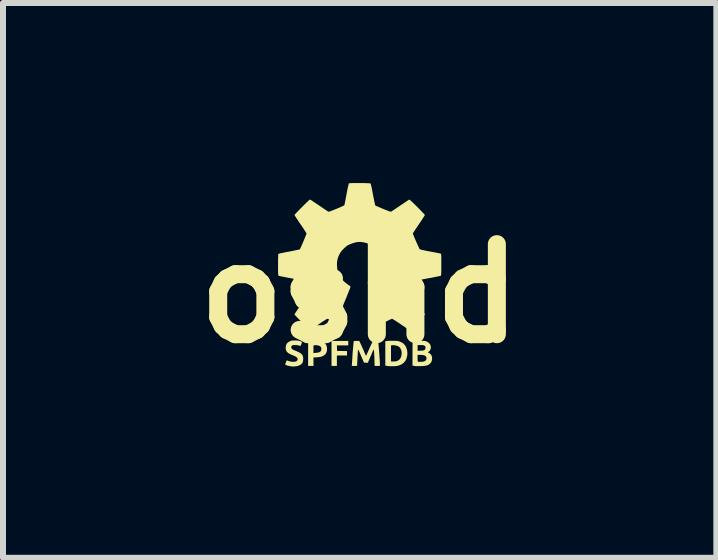
<source format=kicad_pcb>
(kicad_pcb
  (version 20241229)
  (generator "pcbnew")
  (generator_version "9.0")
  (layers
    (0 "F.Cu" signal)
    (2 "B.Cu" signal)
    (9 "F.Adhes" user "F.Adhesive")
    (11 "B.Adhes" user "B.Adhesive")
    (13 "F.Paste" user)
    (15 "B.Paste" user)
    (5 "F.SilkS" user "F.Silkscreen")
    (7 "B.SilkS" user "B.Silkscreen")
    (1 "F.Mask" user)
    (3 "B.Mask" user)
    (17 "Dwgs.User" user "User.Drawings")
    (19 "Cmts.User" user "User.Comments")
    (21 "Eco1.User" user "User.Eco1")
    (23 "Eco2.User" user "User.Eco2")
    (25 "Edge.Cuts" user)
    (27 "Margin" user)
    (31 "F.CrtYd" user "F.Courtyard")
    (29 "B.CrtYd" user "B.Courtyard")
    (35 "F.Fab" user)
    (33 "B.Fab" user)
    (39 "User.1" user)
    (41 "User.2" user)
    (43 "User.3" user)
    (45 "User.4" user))
  (footprint "oshd"
    (layer "F.Cu")
    (at 2.943 1.84)
    (property "Reference" "oshd" (at 0 0 0) (layer "F.SilkS") (effects (font (size 1.5 1.5) (thickness 0.3))))
    (attr board_only exclude_from_pos_files exclude_from_bom)
    (fp_poly (pts (xy -0.19 0.828) (xy -0.19 0.865) (xy -0.285 0.865) (xy -0.38 0.865) (xy -0.378 0.911) (xy -0.377 0.957) (xy -0.294 0.958) (xy -0.211 0.96) (xy -0.211 0.997) (xy -0.211 1.033) (xy -0.295 1.033) (xy -0.38 1.033) (xy -0.38 1.12) (xy -0.38 1.207) (xy -0.424 1.207) (xy -0.469 1.207) (xy -0.469 0.999) (xy -0.469 0.791) (xy -0.329 0.791) (xy -0.19 0.791)) (stroke (width 0) (type solid)) (fill yes) (layer "F.SilkS"))
    (fp_poly (pts (xy -0.722 0.787) (xy -0.697 0.788) (xy -0.677 0.789) (xy -0.667 0.79) (xy -0.625 0.801) (xy -0.593 0.819) (xy -0.568 0.842) (xy -0.552 0.871) (xy -0.545 0.906) (xy -0.544 0.911) (xy -0.545 0.949) (xy -0.553 0.98) (xy -0.568 1.007) (xy -0.584 1.023) (xy -0.605 1.038) (xy -0.629 1.05) (xy -0.658 1.057) (xy -0.695 1.062) (xy -0.716 1.064) (xy -0.77 1.066) (xy -0.77 1.137) (xy -0.77 1.207) (xy -0.815 1.207) (xy -0.859 1.207) (xy -0.859 1.002) (xy -0.859 0.993) (xy -0.77 0.993) (xy -0.73 0.989) (xy -0.708 0.987) (xy -0.687 0.983) (xy -0.673 0.979) (xy -0.673 0.979) (xy -0.653 0.966) (xy -0.641 0.947) (xy -0.638 0.924) (xy -0.642 0.9) (xy -0.655 0.882) (xy -0.677 0.87) (xy -0.698 0.864) (xy -0.719 0.862) (xy -0.739 0.861) (xy -0.749 0.862) (xy -0.77 0.866) (xy -0.77 0.929) (xy -0.77 0.993) (xy -0.859 0.993) (xy -0.859 0.943) (xy -0.859 0.894) (xy -0.858 0.855) (xy -0.857 0.826) (xy -0.856 0.806) (xy -0.855 0.795) (xy -0.854 0.793) (xy -0.845 0.791) (xy -0.828 0.789) (xy -0.805 0.788) (xy -0.778 0.787) (xy -0.75 0.787)) (stroke (width 0) (type solid)) (fill yes) (layer "F.SilkS"))
    (fp_poly (pts (xy 0.577 0.788) (xy 0.602 0.789) (xy 0.621 0.79) (xy 0.637 0.792) (xy 0.651 0.796) (xy 0.664 0.8) (xy 0.687 0.81) (xy 0.711 0.822) (xy 0.725 0.832) (xy 0.751 0.858) (xy 0.772 0.892) (xy 0.786 0.931) (xy 0.794 0.974) (xy 0.794 1.019) (xy 0.792 1.037) (xy 0.78 1.084) (xy 0.761 1.123) (xy 0.733 1.155) (xy 0.698 1.181) (xy 0.655 1.199) (xy 0.62 1.208) (xy 0.606 1.209) (xy 0.584 1.211) (xy 0.558 1.212) (xy 0.531 1.212) (xy 0.507 1.212) (xy 0.486 1.211) (xy 0.474 1.21) (xy 0.464 1.208) (xy 0.449 1.205) (xy 0.447 1.205) (xy 0.427 1.202) (xy 0.427 1.133) (xy 0.522 1.133) (xy 0.56 1.133) (xy 0.582 1.133) (xy 0.604 1.13) (xy 0.619 1.127) (xy 0.647 1.113) (xy 0.67 1.092) (xy 0.687 1.063) (xy 0.697 1.029) (xy 0.7 0.992) (xy 0.7 0.983) (xy 0.693 0.945) (xy 0.679 0.914) (xy 0.659 0.89) (xy 0.63 0.874) (xy 0.595 0.865) (xy 0.574 0.862) (xy 0.554 0.861) (xy 0.54 0.862) (xy 0.522 0.865) (xy 0.522 0.999) (xy 0.522 1.133) (xy 0.427 1.133) (xy 0.427 0.999) (xy 0.427 0.796) (xy 0.442 0.792) (xy 0.452 0.791) (xy 0.47 0.79) (xy 0.495 0.789) (xy 0.524 0.788) (xy 0.543 0.788)) (stroke (width 0) (type solid)) (fill yes) (layer "F.SilkS"))
    (fp_poly (pts (xy -1.078 0.783) (xy -1.048 0.784) (xy -1.025 0.786) (xy -1.006 0.789) (xy -0.991 0.794) (xy -0.976 0.8) (xy -0.965 0.806) (xy -0.962 0.81) (xy -0.964 0.821) (xy -0.969 0.836) (xy -0.975 0.852) (xy -0.982 0.865) (xy -0.987 0.874) (xy -0.989 0.875) (xy -0.997 0.873) (xy -1.011 0.868) (xy -1.015 0.867) (xy -1.032 0.862) (xy -1.054 0.86) (xy -1.078 0.859) (xy -1.1 0.859) (xy -1.118 0.862) (xy -1.123 0.864) (xy -1.136 0.876) (xy -1.141 0.893) (xy -1.138 0.91) (xy -1.128 0.925) (xy -1.121 0.93) (xy -1.111 0.936) (xy -1.094 0.944) (xy -1.073 0.953) (xy -1.058 0.959) (xy -1.019 0.976) (xy -0.989 0.993) (xy -0.968 1.01) (xy -0.953 1.029) (xy -0.945 1.052) (xy -0.941 1.079) (xy -0.941 1.091) (xy -0.944 1.127) (xy -0.954 1.155) (xy -0.972 1.177) (xy -0.995 1.193) (xy -1.025 1.205) (xy -1.062 1.213) (xy -1.101 1.217) (xy -1.138 1.215) (xy -1.144 1.214) (xy -1.175 1.208) (xy -1.204 1.201) (xy -1.224 1.194) (xy -1.242 1.185) (xy -1.23 1.15) (xy -1.217 1.114) (xy -1.179 1.127) (xy -1.148 1.135) (xy -1.116 1.139) (xy -1.088 1.138) (xy -1.064 1.133) (xy -1.047 1.123) (xy -1.036 1.109) (xy -1.033 1.096) (xy -1.036 1.081) (xy -1.046 1.067) (xy -1.063 1.054) (xy -1.088 1.041) (xy -1.116 1.029) (xy -1.157 1.012) (xy -1.188 0.994) (xy -1.21 0.975) (xy -1.224 0.953) (xy -1.232 0.928) (xy -1.233 0.898) (xy -1.233 0.896) (xy -1.227 0.863) (xy -1.215 0.836) (xy -1.194 0.815) (xy -1.168 0.799) (xy -1.153 0.792) (xy -1.141 0.787) (xy -1.128 0.785) (xy -1.111 0.783) (xy -1.087 0.783)) (stroke (width 0) (type solid)) (fill yes) (layer "F.SilkS"))
    (fp_poly (pts (xy 0.025 0.858) (xy 0.039 0.889) (xy 0.054 0.923) (xy 0.069 0.956) (xy 0.079 0.982) (xy 0.089 1.004) (xy 0.097 1.022) (xy 0.103 1.034) (xy 0.106 1.038) (xy 0.109 1.034) (xy 0.115 1.021) (xy 0.124 1.002) (xy 0.135 0.978) (xy 0.142 0.961) (xy 0.156 0.93) (xy 0.17 0.897) (xy 0.184 0.868) (xy 0.195 0.843) (xy 0.199 0.837) (xy 0.222 0.791) (xy 0.263 0.791) (xy 0.284 0.791) (xy 0.297 0.792) (xy 0.303 0.795) (xy 0.307 0.799) (xy 0.308 0.803) (xy 0.309 0.814) (xy 0.312 0.835) (xy 0.315 0.863) (xy 0.318 0.896) (xy 0.321 0.934) (xy 0.324 0.974) (xy 0.328 1.015) (xy 0.33 1.056) (xy 0.333 1.094) (xy 0.335 1.128) (xy 0.337 1.157) (xy 0.337 1.179) (xy 0.337 1.185) (xy 0.337 1.207) (xy 0.293 1.207) (xy 0.249 1.207) (xy 0.246 1.103) (xy 0.245 1.068) (xy 0.243 1.034) (xy 0.242 1.004) (xy 0.24 0.979) (xy 0.239 0.963) (xy 0.238 0.95) (xy 0.237 0.941) (xy 0.235 0.936) (xy 0.233 0.936) (xy 0.229 0.941) (xy 0.223 0.952) (xy 0.215 0.97) (xy 0.204 0.996) (xy 0.189 1.03) (xy 0.179 1.053) (xy 0.136 1.155) (xy 0.104 1.153) (xy 0.072 1.152) (xy 0.023 1.039) (xy 0.008 1.003) (xy -0.004 0.976) (xy -0.013 0.957) (xy -0.019 0.945) (xy -0.023 0.938) (xy -0.026 0.937) (xy -0.028 0.94) (xy -0.029 0.944) (xy -0.03 0.953) (xy -0.031 0.972) (xy -0.032 0.996) (xy -0.034 1.026) (xy -0.036 1.058) (xy -0.038 1.091) (xy -0.039 1.123) (xy -0.041 1.152) (xy -0.042 1.175) (xy -0.042 1.192) (xy -0.042 1.195) (xy -0.043 1.201) (xy -0.046 1.205) (xy -0.053 1.206) (xy -0.068 1.207) (xy -0.087 1.207) (xy -0.132 1.207) (xy -0.129 1.174) (xy -0.128 1.158) (xy -0.126 1.133) (xy -0.124 1.104) (xy -0.122 1.071) (xy -0.121 1.049) (xy -0.119 1.011) (xy -0.116 0.97) (xy -0.112 0.929) (xy -0.109 0.893) (xy -0.108 0.881) (xy -0.105 0.853) (xy -0.103 0.829) (xy -0.101 0.811) (xy -0.1 0.8) (xy -0.1 0.798) (xy -0.098 0.794) (xy -0.089 0.792) (xy -0.073 0.791) (xy -0.054 0.791) (xy -0.007 0.791)) (stroke (width 0) (type solid)) (fill yes) (layer "F.SilkS"))
    (fp_poly (pts (xy 1.028 0.788) (xy 1.054 0.789) (xy 1.073 0.79) (xy 1.087 0.791) (xy 1.098 0.794) (xy 1.108 0.797) (xy 1.115 0.8) (xy 1.147 0.819) (xy 1.169 0.841) (xy 1.182 0.868) (xy 1.186 0.899) (xy 1.186 0.899) (xy 1.182 0.928) (xy 1.169 0.952) (xy 1.155 0.966) (xy 1.145 0.975) (xy 1.139 0.981) (xy 1.139 0.982) (xy 1.143 0.986) (xy 1.153 0.991) (xy 1.154 0.991) (xy 1.177 1.006) (xy 1.193 1.027) (xy 1.204 1.053) (xy 1.207 1.082) (xy 1.204 1.112) (xy 1.194 1.14) (xy 1.176 1.165) (xy 1.176 1.165) (xy 1.158 1.181) (xy 1.138 1.192) (xy 1.114 1.201) (xy 1.084 1.206) (xy 1.046 1.209) (xy 1.015 1.21) (xy 0.987 1.211) (xy 0.962 1.211) (xy 0.942 1.211) (xy 0.93 1.21) (xy 0.928 1.21) (xy 0.918 1.208) (xy 0.903 1.205) (xy 0.9 1.205) (xy 0.88 1.202) (xy 0.88 1.023) (xy 0.965 1.023) (xy 0.965 1.077) (xy 0.965 1.1) (xy 0.966 1.119) (xy 0.967 1.132) (xy 0.968 1.135) (xy 0.976 1.137) (xy 0.991 1.139) (xy 1.01 1.139) (xy 1.032 1.138) (xy 1.052 1.136) (xy 1.067 1.134) (xy 1.071 1.133) (xy 1.094 1.122) (xy 1.108 1.105) (xy 1.114 1.084) (xy 1.114 1.08) (xy 1.11 1.06) (xy 1.1 1.044) (xy 1.082 1.033) (xy 1.055 1.026) (xy 1.02 1.023) (xy 1.006 1.023) (xy 0.965 1.023) (xy 0.88 1.023) (xy 0.88 0.999) (xy 0.88 0.947) (xy 0.881 0.905) (xy 0.881 0.871) (xy 0.881 0.859) (xy 0.965 0.859) (xy 0.965 0.907) (xy 0.965 0.955) (xy 1.017 0.953) (xy 1.042 0.952) (xy 1.059 0.95) (xy 1.07 0.947) (xy 1.078 0.943) (xy 1.083 0.939) (xy 1.093 0.927) (xy 1.096 0.911) (xy 1.097 0.903) (xy 1.096 0.888) (xy 1.091 0.878) (xy 1.08 0.87) (xy 1.079 0.87) (xy 1.069 0.865) (xy 1.055 0.861) (xy 1.037 0.86) (xy 1.014 0.859) (xy 0.965 0.859) (xy 0.881 0.859) (xy 0.881 0.845) (xy 0.882 0.825) (xy 0.883 0.812) (xy 0.884 0.802) (xy 0.885 0.796) (xy 0.887 0.793) (xy 0.89 0.792) (xy 0.898 0.791) (xy 0.914 0.79) (xy 0.938 0.789) (xy 0.966 0.788) (xy 0.994 0.788)) (stroke (width 0) (type solid)) (fill yes) (layer "F.SilkS"))
    (fp_poly (pts (xy 0.009 -1.84) (xy 0.046 -1.84) (xy 0.082 -1.839) (xy 0.115 -1.838) (xy 0.142 -1.837) (xy 0.164 -1.836) (xy 0.177 -1.834) (xy 0.18 -1.833) (xy 0.184 -1.827) (xy 0.188 -1.814) (xy 0.193 -1.792) (xy 0.2 -1.762) (xy 0.208 -1.722) (xy 0.217 -1.673) (xy 0.221 -1.65) (xy 0.229 -1.608) (xy 0.237 -1.569) (xy 0.244 -1.535) (xy 0.25 -1.506) (xy 0.255 -1.485) (xy 0.258 -1.471) (xy 0.26 -1.467) (xy 0.266 -1.463) (xy 0.281 -1.456) (xy 0.303 -1.447) (xy 0.331 -1.435) (xy 0.362 -1.421) (xy 0.39 -1.41) (xy 0.428 -1.394) (xy 0.459 -1.382) (xy 0.481 -1.373) (xy 0.498 -1.368) (xy 0.51 -1.365) (xy 0.518 -1.364) (xy 0.524 -1.364) (xy 0.526 -1.365) (xy 0.533 -1.369) (xy 0.548 -1.379) (xy 0.569 -1.393) (xy 0.596 -1.411) (xy 0.626 -1.431) (xy 0.66 -1.454) (xy 0.677 -1.466) (xy 0.711 -1.489) (xy 0.743 -1.51) (xy 0.771 -1.529) (xy 0.794 -1.545) (xy 0.812 -1.556) (xy 0.822 -1.563) (xy 0.825 -1.564) (xy 0.829 -1.563) (xy 0.837 -1.558) (xy 0.848 -1.549) (xy 0.865 -1.534) (xy 0.886 -1.514) (xy 0.913 -1.488) (xy 0.947 -1.454) (xy 0.96 -1.441) (xy 0.99 -1.411) (xy 1.017 -1.383) (xy 1.041 -1.358) (xy 1.061 -1.337) (xy 1.076 -1.321) (xy 1.084 -1.311) (xy 1.086 -1.307) (xy 1.083 -1.301) (xy 1.075 -1.287) (xy 1.062 -1.267) (xy 1.045 -1.241) (xy 1.026 -1.211) (xy 1.003 -1.178) (xy 0.986 -1.152) (xy 0.962 -1.117) (xy 0.94 -1.085) (xy 0.921 -1.056) (xy 0.906 -1.032) (xy 0.894 -1.014) (xy 0.887 -1.003) (xy 0.886 -0.999) (xy 0.888 -0.992) (xy 0.894 -0.977) (xy 0.902 -0.955) (xy 0.914 -0.928) (xy 0.926 -0.899) (xy 0.94 -0.867) (xy 0.954 -0.836) (xy 0.967 -0.807) (xy 0.979 -0.781) (xy 0.989 -0.759) (xy 0.996 -0.744) (xy 1.001 -0.738) (xy 1.001 -0.738) (xy 1.009 -0.734) (xy 1.028 -0.729) (xy 1.056 -0.722) (xy 1.095 -0.714) (xy 1.144 -0.704) (xy 1.176 -0.699) (xy 1.216 -0.691) (xy 1.254 -0.684) (xy 1.288 -0.677) (xy 1.315 -0.672) (xy 1.336 -0.667) (xy 1.348 -0.664) (xy 1.351 -0.663) (xy 1.353 -0.661) (xy 1.355 -0.658) (xy 1.357 -0.651) (xy 1.358 -0.641) (xy 1.359 -0.626) (xy 1.36 -0.604) (xy 1.36 -0.576) (xy 1.36 -0.539) (xy 1.36 -0.493) (xy 1.36 -0.48) (xy 1.36 -0.429) (xy 1.36 -0.388) (xy 1.359 -0.356) (xy 1.358 -0.332) (xy 1.357 -0.314) (xy 1.356 -0.303) (xy 1.354 -0.297) (xy 1.353 -0.296) (xy 1.347 -0.294) (xy 1.331 -0.29) (xy 1.307 -0.285) (xy 1.278 -0.279) (xy 1.243 -0.272) (xy 1.204 -0.264) (xy 1.186 -0.261) (xy 1.146 -0.254) (xy 1.109 -0.247) (xy 1.076 -0.24) (xy 1.048 -0.235) (xy 1.028 -0.231) (xy 1.017 -0.228) (xy 1.015 -0.227) (xy 1.01 -0.223) (xy 1.004 -0.212) (xy 0.995 -0.195) (xy 0.984 -0.17) (xy 0.97 -0.136) (xy 0.953 -0.094) (xy 0.95 -0.088) (xy 0.936 -0.052) (xy 0.923 -0.019) (xy 0.912 0.009) (xy 0.904 0.032) (xy 0.898 0.048) (xy 0.896 0.056) (xy 0.896 0.056) (xy 0.899 0.062) (xy 0.907 0.076) (xy 0.92 0.096) (xy 0.937 0.121) (xy 0.956 0.151) (xy 0.978 0.184) (xy 0.989 0.199) (xy 1.012 0.233) (xy 1.033 0.264) (xy 1.052 0.292) (xy 1.067 0.315) (xy 1.078 0.332) (xy 1.084 0.343) (xy 1.085 0.345) (xy 1.084 0.349) (xy 1.078 0.358) (xy 1.067 0.371) (xy 1.051 0.389) (xy 1.029 0.412) (xy 1 0.441) (xy 0.965 0.477) (xy 0.962 0.48) (xy 0.931 0.51) (xy 0.903 0.538) (xy 0.878 0.562) (xy 0.857 0.581) (xy 0.841 0.596) (xy 0.831 0.604) (xy 0.828 0.606) (xy 0.821 0.603) (xy 0.808 0.595) (xy 0.788 0.582) (xy 0.762 0.566) (xy 0.733 0.546) (xy 0.7 0.524) (xy 0.685 0.514) (xy 0.652 0.491) (xy 0.62 0.47) (xy 0.592 0.452) (xy 0.569 0.438) (xy 0.552 0.427) (xy 0.542 0.422) (xy 0.54 0.422) (xy 0.531 0.424) (xy 0.515 0.431) (xy 0.494 0.44) (xy 0.471 0.452) (xy 0.469 0.454) (xy 0.445 0.465) (xy 0.425 0.475) (xy 0.41 0.481) (xy 0.402 0.484) (xy 0.402 0.484) (xy 0.399 0.479) (xy 0.392 0.465) (xy 0.382 0.444) (xy 0.37 0.416) (xy 0.355 0.382) (xy 0.339 0.344) (xy 0.321 0.302) (xy 0.302 0.257) (xy 0.282 0.211) (xy 0.263 0.164) (xy 0.244 0.118) (xy 0.225 0.073) (xy 0.208 0.031) (xy 0.192 -0.007) (xy 0.179 -0.041) (xy 0.168 -0.07) (xy 0.159 -0.091) (xy 0.154 -0.105) (xy 0.153 -0.11) (xy 0.157 -0.117) (xy 0.169 -0.127) (xy 0.185 -0.14) (xy 0.195 -0.148) (xy 0.25 -0.19) (xy 0.295 -0.236) (xy 0.33 -0.286) (xy 0.356 -0.34) (xy 0.358 -0.346) (xy 0.375 -0.408) (xy 0.382 -0.469) (xy 0.378 -0.529) (xy 0.364 -0.59) (xy 0.339 -0.65) (xy 0.336 -0.656) (xy 0.311 -0.696) (xy 0.279 -0.735) (xy 0.241 -0.77) (xy 0.202 -0.8) (xy 0.174 -0.816) (xy 0.115 -0.84) (xy 0.058 -0.854) (xy 0.000485 -0.859) (xy -0.057 -0.854) (xy -0.116 -0.838) (xy -0.178 -0.813) (xy -0.2 -0.802) (xy -0.213 -0.793) (xy -0.231 -0.779) (xy -0.251 -0.761) (xy -0.269 -0.744) (xy -0.292 -0.72) (xy -0.309 -0.699) (xy -0.323 -0.679) (xy -0.337 -0.654) (xy -0.339 -0.65) (xy -0.358 -0.607) (xy -0.37 -0.567) (xy -0.377 -0.526) (xy -0.379 -0.479) (xy -0.378 -0.46) (xy -0.372 -0.397) (xy -0.357 -0.341) (xy -0.333 -0.29) (xy -0.299 -0.242) (xy -0.28 -0.219) (xy -0.261 -0.201) (xy -0.239 -0.181) (xy -0.214 -0.162) (xy -0.191 -0.144) (xy -0.171 -0.131) (xy -0.165 -0.127) (xy -0.156 -0.118) (xy -0.153 -0.11) (xy -0.155 -0.103) (xy -0.16 -0.088) (xy -0.169 -0.065) (xy -0.181 -0.036) (xy -0.195 -0.001) (xy -0.211 0.039) (xy -0.228 0.082) (xy -0.247 0.127) (xy -0.266 0.174) (xy -0.285 0.221) (xy -0.304 0.267) (xy -0.322 0.311) (xy -0.34 0.353) (xy -0.355 0.39) (xy -0.369 0.423) (xy -0.381 0.449) (xy -0.389 0.469) (xy -0.395 0.48) (xy -0.396 0.482) (xy -0.403 0.482) (xy -0.419 0.477) (xy -0.444 0.465) (xy -0.466 0.454) (xy -0.49 0.442) (xy -0.511 0.432) (xy -0.528 0.425) (xy -0.538 0.422) (xy -0.54 0.422) (xy -0.546 0.424) (xy -0.56 0.433) (xy -0.581 0.446) (xy -0.607 0.462) (xy -0.636 0.482) (xy -0.669 0.504) (xy -0.684 0.514) (xy -0.718 0.537) (xy -0.749 0.558) (xy -0.776 0.576) (xy -0.799 0.59) (xy -0.816 0.6) (xy -0.825 0.606) (xy -0.827 0.606) (xy -0.833 0.603) (xy -0.845 0.592) (xy -0.863 0.576) (xy -0.885 0.555) (xy -0.911 0.53) (xy -0.939 0.502) (xy -0.961 0.481) (xy -0.991 0.451) (xy -1.018 0.423) (xy -1.042 0.398) (xy -1.061 0.378) (xy -1.076 0.362) (xy -1.084 0.352) (xy -1.086 0.349) (xy -1.083 0.343) (xy -1.075 0.33) (xy -1.062 0.31) (xy -1.046 0.285) (xy -1.026 0.255) (xy -1.004 0.222) (xy -0.993 0.207) (xy -0.97 0.173) (xy -0.948 0.141) (xy -0.93 0.113) (xy -0.915 0.09) (xy -0.904 0.072) (xy -0.898 0.062) (xy -0.897 0.059) (xy -0.899 0.051) (xy -0.904 0.034) (xy -0.912 0.009) (xy -0.924 -0.022) (xy -0.938 -0.059) (xy -0.949 -0.087) (xy -0.966 -0.13) (xy -0.981 -0.164) (xy -0.992 -0.19) (xy -1.001 -0.208) (xy -1.007 -0.22) (xy -1.012 -0.226) (xy -1.014 -0.227) (xy -1.022 -0.229) (xy -1.039 -0.233) (xy -1.063 -0.238) (xy -1.094 -0.244) (xy -1.13 -0.251) (xy -1.169 -0.258) (xy -1.186 -0.261) (xy -1.226 -0.269) (xy -1.263 -0.276) (xy -1.295 -0.283) (xy -1.322 -0.288) (xy -1.341 -0.293) (xy -1.352 -0.296) (xy -1.354 -0.296) (xy -1.355 -0.3) (xy -1.357 -0.31) (xy -1.358 -0.325) (xy -1.359 -0.348) (xy -1.36 -0.378) (xy -1.36 -0.417) (xy -1.36 -0.466) (xy -1.36 -0.476) (xy -1.36 -0.519) (xy -1.36 -0.557) (xy -1.359 -0.592) (xy -1.358 -0.62) (xy -1.357 -0.642) (xy -1.356 -0.655) (xy -1.356 -0.658) (xy -1.349 -0.661) (xy -1.333 -0.666) (xy -1.307 -0.672) (xy -1.273 -0.679) (xy -1.231 -0.688) (xy -1.181 -0.697) (xy -1.176 -0.698) (xy -1.134 -0.706) (xy -1.096 -0.714) (xy -1.062 -0.721) (xy -1.034 -0.727) (xy -1.013 -0.731) (xy -1 -0.735) (xy -0.997 -0.736) (xy -0.993 -0.743) (xy -0.986 -0.757) (xy -0.977 -0.778) (xy -0.965 -0.804) (xy -0.952 -0.834) (xy -0.939 -0.865) (xy -0.926 -0.896) (xy -0.914 -0.926) (xy -0.903 -0.953) (xy -0.894 -0.975) (xy -0.888 -0.991) (xy -0.886 -0.999) (xy -0.886 -0.999) (xy -0.889 -1.005) (xy -0.897 -1.019) (xy -0.91 -1.04) (xy -0.926 -1.065) (xy -0.946 -1.096) (xy -0.969 -1.129) (xy -0.986 -1.154) (xy -1.01 -1.189) (xy -1.031 -1.222) (xy -1.051 -1.251) (xy -1.066 -1.275) (xy -1.078 -1.293) (xy -1.085 -1.305) (xy -1.086 -1.308) (xy -1.082 -1.314) (xy -1.072 -1.325) (xy -1.057 -1.342) (xy -1.037 -1.363) (xy -1.013 -1.387) (xy -0.988 -1.413) (xy -0.961 -1.44) (xy -0.934 -1.467) (xy -0.908 -1.493) (xy -0.884 -1.516) (xy -0.863 -1.536) (xy -0.846 -1.552) (xy -0.834 -1.562) (xy -0.829 -1.566) (xy -0.829 -1.566) (xy -0.823 -1.563) (xy -0.809 -1.555) (xy -0.789 -1.542) (xy -0.764 -1.525) (xy -0.734 -1.505) (xy -0.701 -1.483) (xy -0.679 -1.468) (xy -0.644 -1.444) (xy -0.611 -1.422) (xy -0.582 -1.402) (xy -0.558 -1.386) (xy -0.539 -1.374) (xy -0.528 -1.366) (xy -0.524 -1.364) (xy -0.519 -1.363) (xy -0.511 -1.364) (xy -0.498 -1.368) (xy -0.48 -1.374) (xy -0.455 -1.383) (xy -0.423 -1.396) (xy -0.386 -1.411) (xy -0.351 -1.425) (xy -0.32 -1.439) (xy -0.294 -1.451) (xy -0.273 -1.46) (xy -0.26 -1.467) (xy -0.255 -1.471) (xy -0.253 -1.478) (xy -0.25 -1.494) (xy -0.245 -1.518) (xy -0.239 -1.548) (xy -0.232 -1.584) (xy -0.225 -1.624) (xy -0.219 -1.655) (xy -0.209 -1.708) (xy -0.2 -1.753) (xy -0.192 -1.788) (xy -0.186 -1.814) (xy -0.181 -1.83) (xy -0.179 -1.835) (xy -0.171 -1.837) (xy -0.154 -1.838) (xy -0.13 -1.839) (xy -0.101 -1.84) (xy -0.066 -1.84) (xy -0.03 -1.84)) (stroke (width 0) (type solid)) (fill yes) (layer "F.SilkS")))
  (gr_rect
    (start -3 -3)
    (end 8.886 6.244)
    (stroke (width 0.1) (type default))
    (fill no)
    (layer "Edge.Cuts")))
</source>
